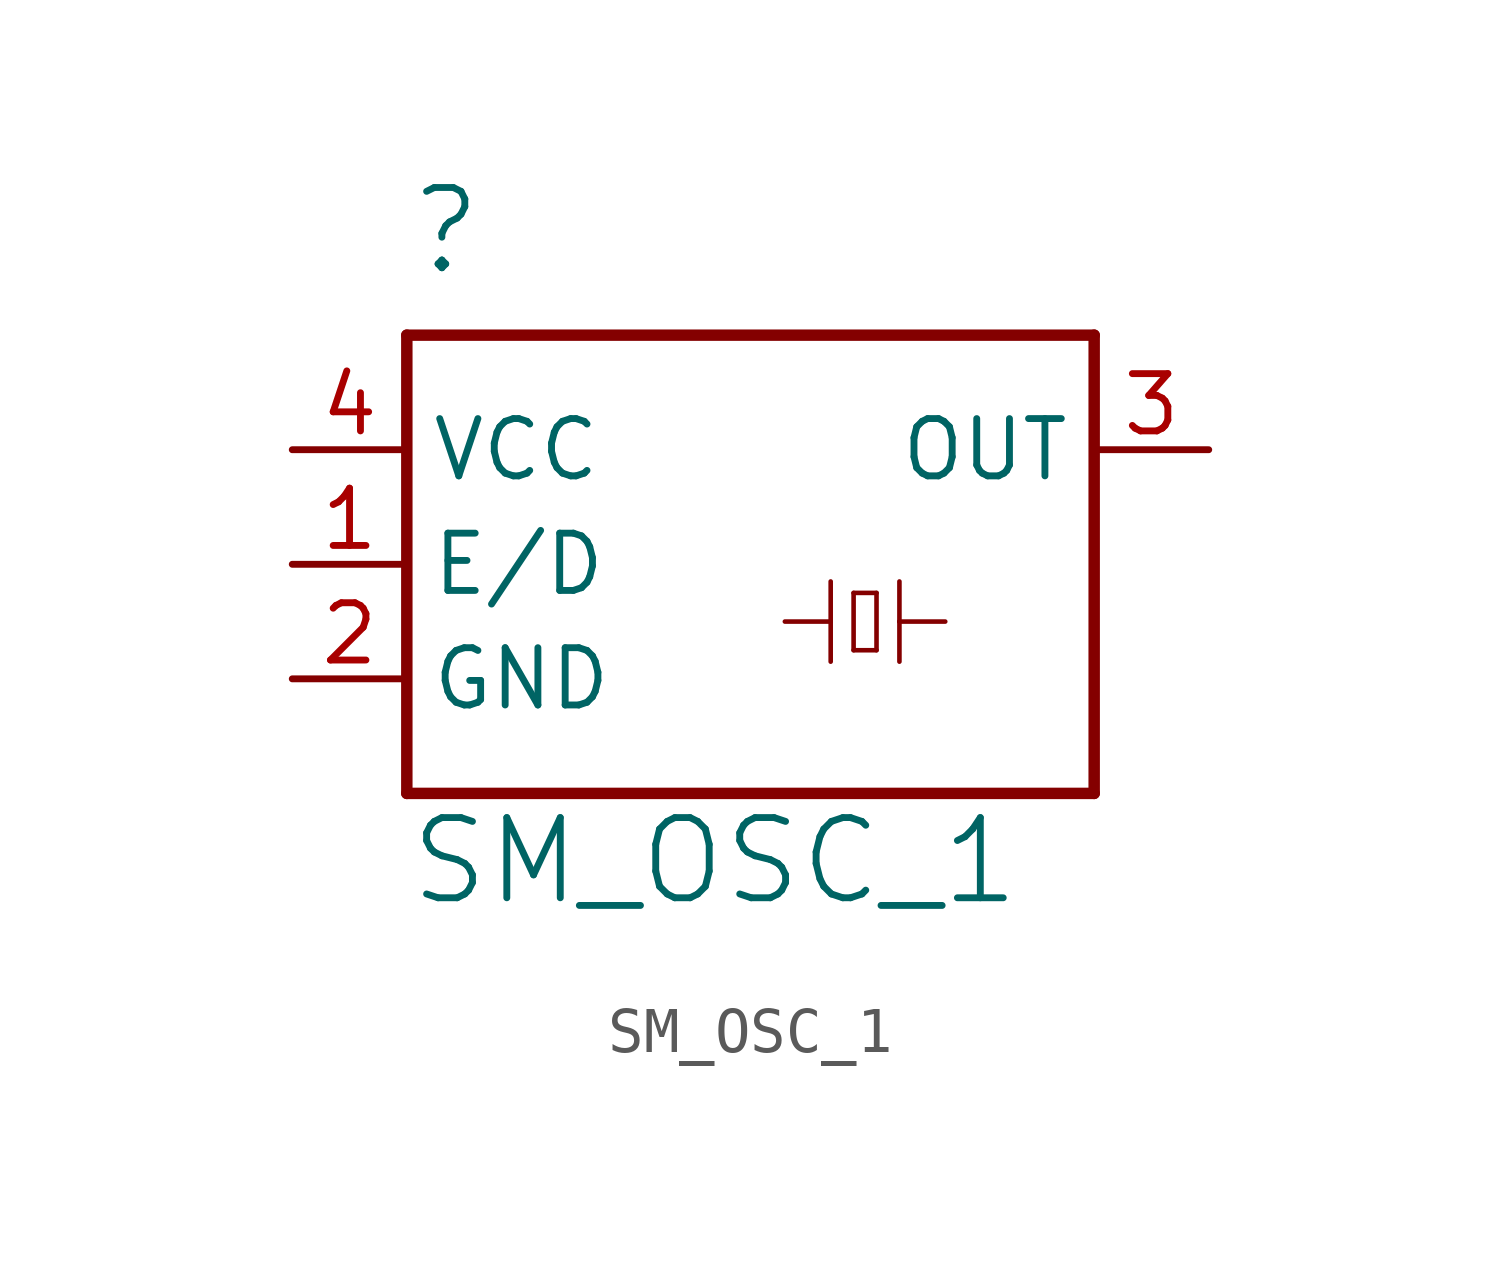
<source format=kicad_sym>
(kicad_symbol_lib
  (version 20211014)
  (generator kicad_symbol_editor)
  (symbol "SM_OSC_1"
    (property "Reference" ""
      (at -7.62 6.35 0)
      (effects (font (size 1.778 1.778)) (justify left bottom)))
    (property "Value" "SM_OSC_1"
      (at -7.62 -7.62 0)
      (effects (font (size 1.778 1.778)) (justify left bottom)))
    (property "ki_locked" ""
      (at 0 0 0)
      (effects (font (size 1.27 1.27))))
    (symbol "SM_OSC_1_1_0"
      (polyline (pts (xy -7.62 -5.08) (xy 7.62 -5.08)) (stroke (width 0.254) (type default) (color 0 0 0 0)) (fill (type none)))
      (polyline (pts (xy -7.62 5.08) (xy -7.62 -5.08)) (stroke (width 0.254) (type default) (color 0 0 0 0)) (fill (type none)))
      (polyline (pts (xy 0.762 -1.27) (xy 1.778 -1.27)) (stroke (width 0.102) (type default) (color 0 0 0 0)) (fill (type none)))
      (polyline (pts (xy 1.778 -1.27) (xy 1.778 -2.159)) (stroke (width 0.102) (type default) (color 0 0 0 0)) (fill (type none)))
      (polyline (pts (xy 1.778 -1.27) (xy 1.778 -0.381)) (stroke (width 0.102) (type default) (color 0 0 0 0)) (fill (type none)))
      (polyline (pts (xy 2.286 -1.905) (xy 2.286 -0.635)) (stroke (width 0.102) (type default) (color 0 0 0 0)) (fill (type none)))
      (polyline (pts (xy 2.286 -0.635) (xy 2.794 -0.635)) (stroke (width 0.102) (type default) (color 0 0 0 0)) (fill (type none)))
      (polyline (pts (xy 2.794 -1.905) (xy 2.286 -1.905)) (stroke (width 0.102) (type default) (color 0 0 0 0)) (fill (type none)))
      (polyline (pts (xy 2.794 -0.635) (xy 2.794 -1.905)) (stroke (width 0.102) (type default) (color 0 0 0 0)) (fill (type none)))
      (polyline (pts (xy 3.302 -1.27) (xy 3.302 -2.159)) (stroke (width 0.102) (type default) (color 0 0 0 0)) (fill (type none)))
      (polyline (pts (xy 3.302 -1.27) (xy 3.302 -0.381)) (stroke (width 0.102) (type default) (color 0 0 0 0)) (fill (type none)))
      (polyline (pts (xy 4.318 -1.27) (xy 3.302 -1.27)) (stroke (width 0.102) (type default) (color 0 0 0 0)) (fill (type none)))
      (polyline (pts (xy 7.62 -5.08) (xy 7.62 5.08)) (stroke (width 0.254) (type default) (color 0 0 0 0)) (fill (type none)))
      (polyline (pts (xy 7.62 5.08) (xy -7.62 5.08)) (stroke (width 0.254) (type default) (color 0 0 0 0)) (fill (type none)))
      (pin input line (at -10.16 0 0) (length 2.54) (name "E/D" (effects (font (size 1.27 1.27)))) (number "1" (effects (font (size 1.27 1.27)))))
      (pin power_in line (at -10.16 -2.54 0) (length 2.54) (name "GND" (effects (font (size 1.27 1.27)))) (number "2" (effects (font (size 1.27 1.27)))))
      (pin output line (at 10.16 2.54 180) (length 2.54) (name "OUT" (effects (font (size 1.27 1.27)))) (number "3" (effects (font (size 1.27 1.27)))))
      (pin power_in line (at -10.16 2.54 0) (length 2.54) (name "VCC" (effects (font (size 1.27 1.27)))) (number "4" (effects (font (size 1.27 1.27))))))))
</source>
